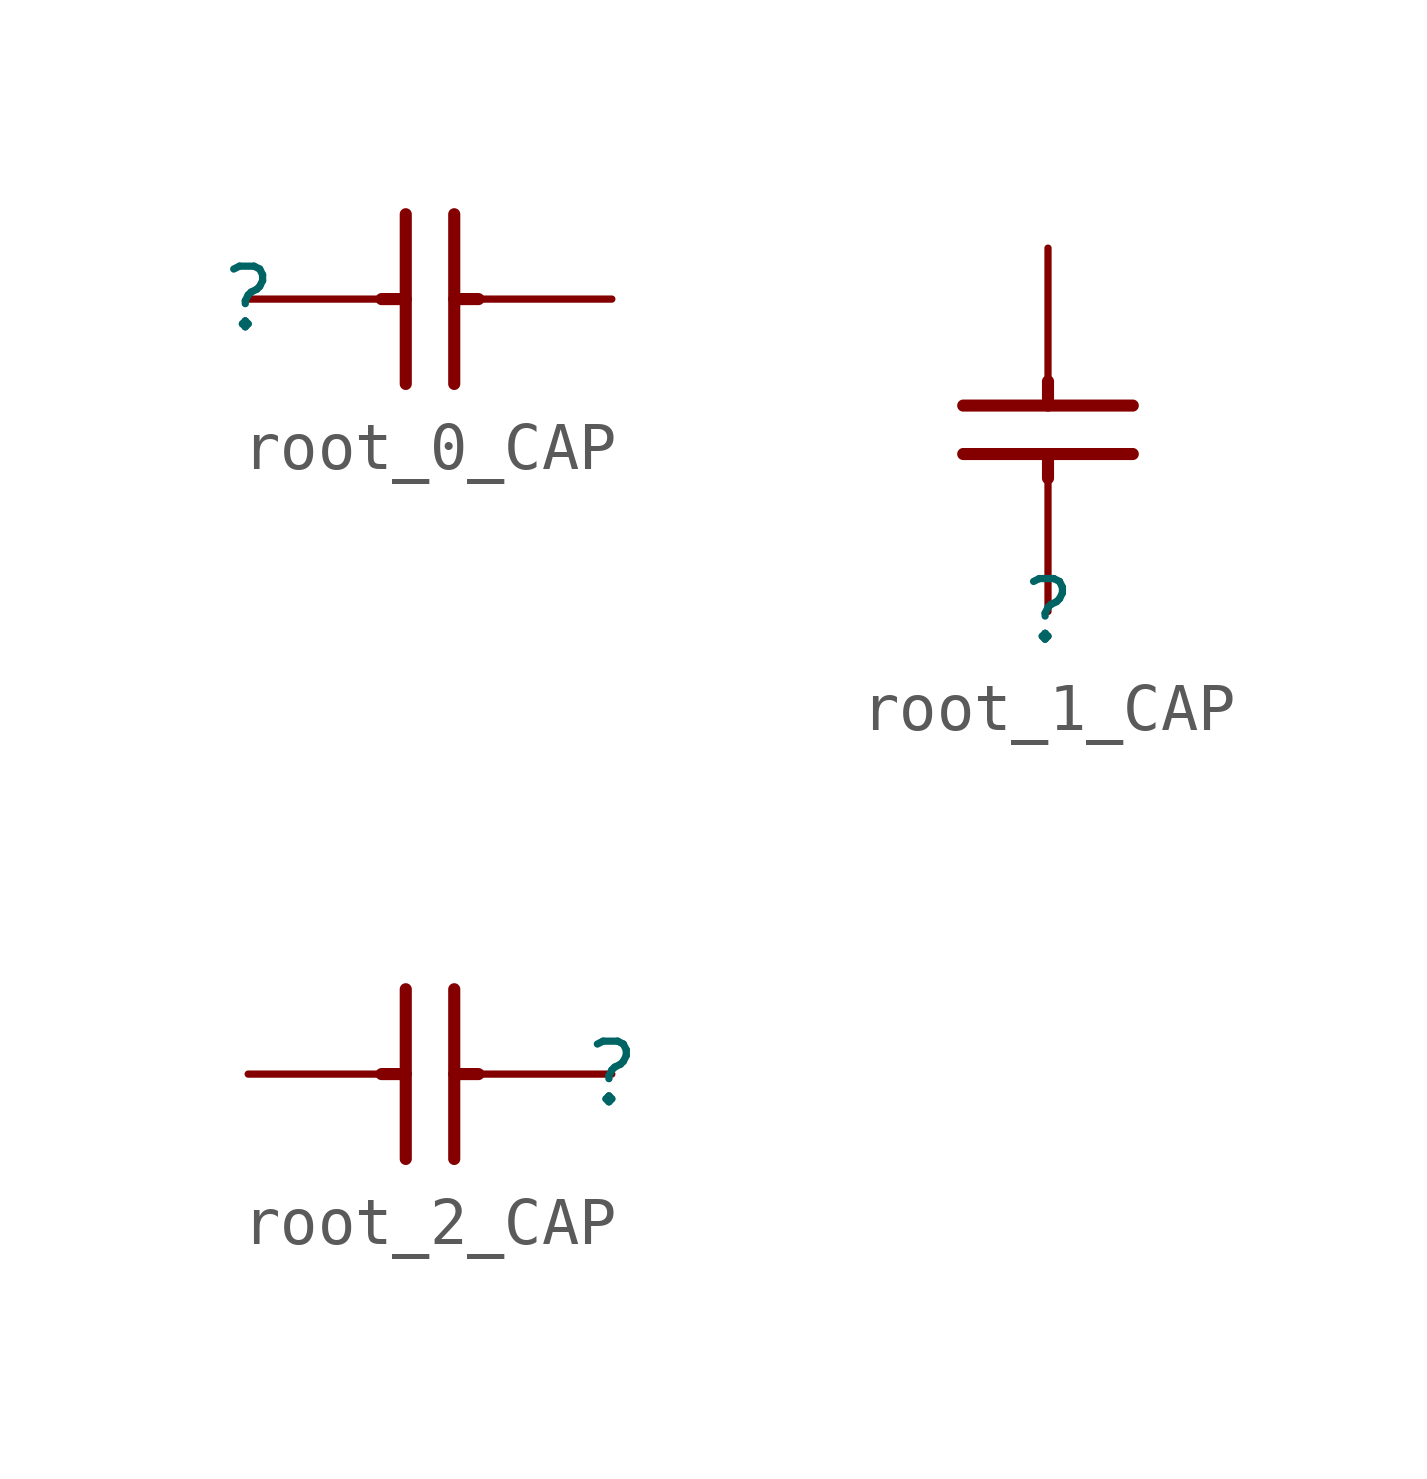
<source format=kicad_sym>
(kicad_symbol_lib
  (version 20231120)
  (generator "kicad_symbol_editor")
  (generator_version "8.0")
  (symbol "root_0_CAP"
    (property "Reference" ""
      (at 0 0 0)
      (effects (font (size 1.27 1.27))))
    (property "Value" ""
      (at 0 0 0)
      (effects (font (size 1.27 1.27))))
    (symbol "root_0_CAP_1_0"
      (polyline (pts (xy 3.302 -1.778) (xy 3.302 1.778)) (stroke (width 0.254) (type solid)) (fill (type none)))
      (polyline (pts (xy 3.302 0) (xy 2.794 0)) (stroke (width 0.254) (type solid)) (fill (type none)))
      (polyline (pts (xy 4.318 -1.778) (xy 4.318 1.778)) (stroke (width 0.254) (type solid)) (fill (type none)))
      (polyline (pts (xy 4.318 0) (xy 4.826 0)) (stroke (width 0.254) (type solid)) (fill (type none)))
      (pin passive line (at 0 0 0) (length 3.302) (name "1" (effects (font (size 0 0)))) (number "1" (effects (font (size 0 0)))))
      (pin passive line (at 7.62 0 180) (length 3.302) (name "2" (effects (font (size 0 0)))) (number "2" (effects (font (size 0 0)))))))
  (symbol "root_1_CAP"
    (property "Reference" ""
      (at 0 0 0)
      (effects (font (size 1.27 1.27))))
    (property "Value" ""
      (at 0 0 0)
      (effects (font (size 1.27 1.27))))
    (symbol "root_1_CAP_1_0"
      (polyline (pts (xy 0 3.302) (xy 0 2.794)) (stroke (width 0.254) (type solid)) (fill (type none)))
      (polyline (pts (xy 0 4.318) (xy 0 4.826)) (stroke (width 0.254) (type solid)) (fill (type none)))
      (polyline (pts (xy 1.778 3.302) (xy -1.778 3.302)) (stroke (width 0.254) (type solid)) (fill (type none)))
      (polyline (pts (xy 1.778 4.318) (xy -1.778 4.318)) (stroke (width 0.254) (type solid)) (fill (type none)))
      (pin passive line (at 0 0 90) (length 3.302) (name "1" (effects (font (size 0 0)))) (number "1" (effects (font (size 0 0)))))
      (pin passive line (at 0 7.62 270) (length 3.302) (name "2" (effects (font (size 0 0)))) (number "2" (effects (font (size 0 0)))))))
  (symbol "root_2_CAP"
    (property "Reference" ""
      (at 0 0 0)
      (effects (font (size 1.27 1.27))))
    (property "Value" ""
      (at 0 0 0)
      (effects (font (size 1.27 1.27))))
    (symbol "root_2_CAP_1_0"
      (polyline (pts (xy -4.318 0) (xy -4.826 0)) (stroke (width 0.254) (type solid)) (fill (type none)))
      (polyline (pts (xy -4.318 1.778) (xy -4.318 -1.778)) (stroke (width 0.254) (type solid)) (fill (type none)))
      (polyline (pts (xy -3.302 0) (xy -2.794 0)) (stroke (width 0.254) (type solid)) (fill (type none)))
      (polyline (pts (xy -3.302 1.778) (xy -3.302 -1.778)) (stroke (width 0.254) (type solid)) (fill (type none)))
      (pin passive line (at 0 0 180) (length 3.302) (name "1" (effects (font (size 0 0)))) (number "1" (effects (font (size 0 0)))))
      (pin passive line (at -7.62 0 0) (length 3.302) (name "2" (effects (font (size 0 0)))) (number "2" (effects (font (size 0 0))))))))
</source>
